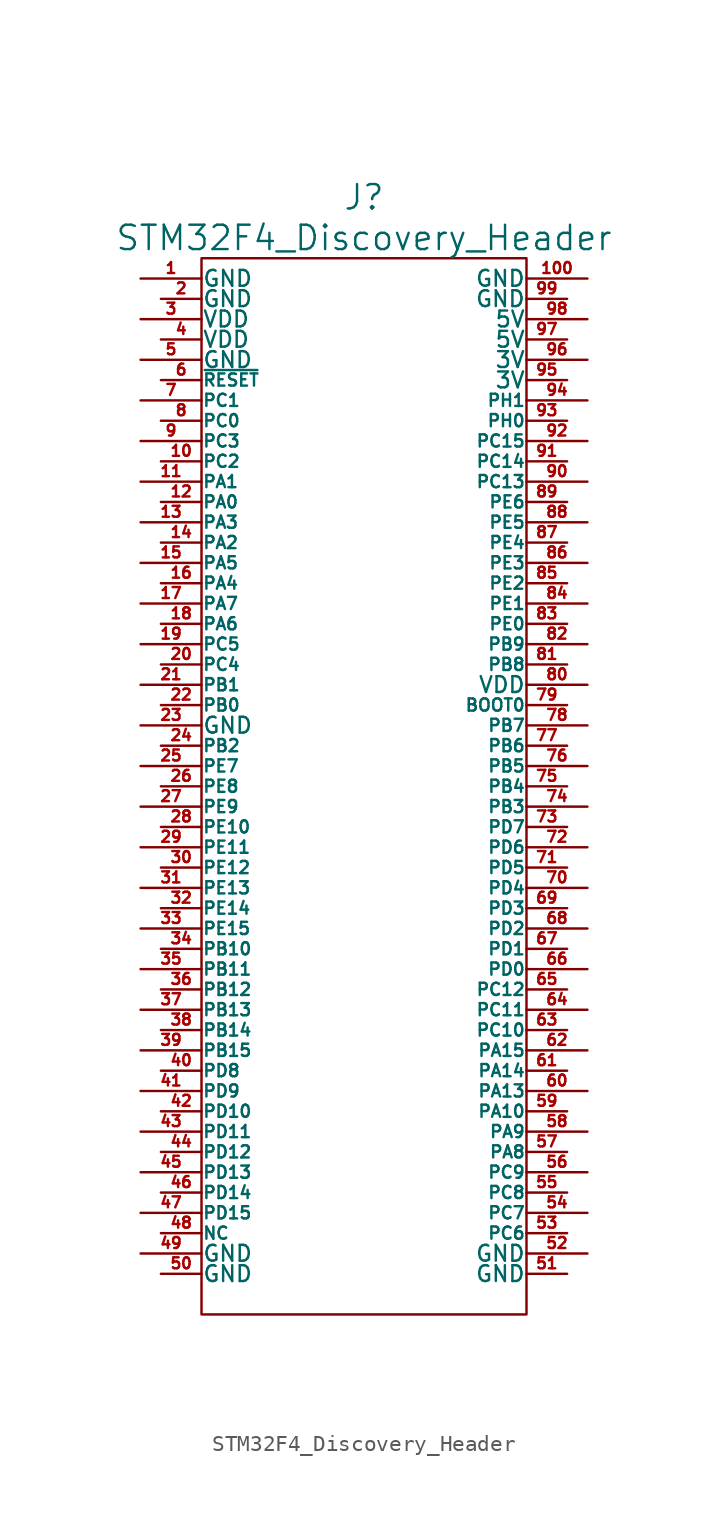
<source format=kicad_sym>
(kicad_symbol_lib
  (version 20220914)
  (generator kicad_symbol_editor)
  (symbol "STM32F4_Discovery_Header"
    (pin_names
      (offset 0.025))
    (property "Reference" "J"
      (at 0 36.83 0)
      (effects (font (size 1.524 1.524))))
    (property "Value" "STM32F4_Discovery_Header"
      (at 0 34.29 0)
      (effects (font (size 1.524 1.524))))
    (property "Footprint" ""
      (at 0 8.89 0)
      (effects (font (size 1.524 1.524))))
    (property "Datasheet" ""
      (at 0 0 0)
      (effects (font (size 1.524 1.524))))
    (symbol "STM32F4_Discovery_Header_0_1"
      (rectangle (start 10.16 -33.02) (end -10.16 33.02) (stroke (width 0) (type solid)) (fill (type none))))
    (symbol "STM32F4_Discovery_Header_1_1"
      (pin passive line (at -13.97 31.75 0) (length 3.81) (name "GND" (effects (font (size 0.991 0.991)))) (number "1" (effects (font (size 0.686 0.686)))))
      (pin passive line (at -12.7 20.32 0) (length 2.54) (name "PC2" (effects (font (size 0.762 0.762)))) (number "10" (effects (font (size 0.686 0.686)))))
      (pin passive line (at 13.97 31.75 180) (length 3.81) (name "GND" (effects (font (size 0.991 0.991)))) (number "100" (effects (font (size 0.686 0.686)))))
      (pin passive line (at -13.97 19.05 0) (length 3.81) (name "PA1" (effects (font (size 0.762 0.762)))) (number "11" (effects (font (size 0.686 0.686)))))
      (pin passive line (at -12.7 17.78 0) (length 2.54) (name "PA0" (effects (font (size 0.762 0.762)))) (number "12" (effects (font (size 0.686 0.686)))))
      (pin passive line (at -13.97 16.51 0) (length 3.81) (name "PA3" (effects (font (size 0.762 0.762)))) (number "13" (effects (font (size 0.686 0.686)))))
      (pin passive line (at -12.7 15.24 0) (length 2.54) (name "PA2" (effects (font (size 0.762 0.762)))) (number "14" (effects (font (size 0.686 0.686)))))
      (pin passive line (at -13.97 13.97 0) (length 3.81) (name "PA5" (effects (font (size 0.762 0.762)))) (number "15" (effects (font (size 0.686 0.686)))))
      (pin passive line (at -12.7 12.7 0) (length 2.54) (name "PA4" (effects (font (size 0.762 0.762)))) (number "16" (effects (font (size 0.686 0.686)))))
      (pin passive line (at -13.97 11.43 0) (length 3.81) (name "PA7" (effects (font (size 0.762 0.762)))) (number "17" (effects (font (size 0.686 0.686)))))
      (pin passive line (at -12.7 10.16 0) (length 2.54) (name "PA6" (effects (font (size 0.762 0.762)))) (number "18" (effects (font (size 0.686 0.686)))))
      (pin passive line (at -13.97 8.89 0) (length 3.81) (name "PC5" (effects (font (size 0.762 0.762)))) (number "19" (effects (font (size 0.686 0.686)))))
      (pin passive line (at -12.7 30.48 0) (length 2.54) (name "GND" (effects (font (size 0.991 0.991)))) (number "2" (effects (font (size 0.686 0.686)))))
      (pin passive line (at -12.7 7.62 0) (length 2.54) (name "PC4" (effects (font (size 0.762 0.762)))) (number "20" (effects (font (size 0.686 0.686)))))
      (pin passive line (at -13.97 6.35 0) (length 3.81) (name "PB1" (effects (font (size 0.762 0.762)))) (number "21" (effects (font (size 0.686 0.686)))))
      (pin passive line (at -12.7 5.08 0) (length 2.54) (name "PB0" (effects (font (size 0.762 0.762)))) (number "22" (effects (font (size 0.686 0.686)))))
      (pin passive line (at -13.97 3.81 0) (length 3.81) (name "GND" (effects (font (size 0.991 0.991)))) (number "23" (effects (font (size 0.686 0.686)))))
      (pin passive line (at -12.7 2.54 0) (length 2.54) (name "PB2" (effects (font (size 0.762 0.762)))) (number "24" (effects (font (size 0.686 0.686)))))
      (pin passive line (at -13.97 1.27 0) (length 3.81) (name "PE7" (effects (font (size 0.762 0.762)))) (number "25" (effects (font (size 0.686 0.686)))))
      (pin passive line (at -12.7 0 0) (length 2.54) (name "PE8" (effects (font (size 0.762 0.762)))) (number "26" (effects (font (size 0.686 0.686)))))
      (pin passive line (at -13.97 -1.27 0) (length 3.81) (name "PE9" (effects (font (size 0.762 0.762)))) (number "27" (effects (font (size 0.686 0.686)))))
      (pin passive line (at -12.7 -2.54 0) (length 2.54) (name "PE10" (effects (font (size 0.762 0.762)))) (number "28" (effects (font (size 0.686 0.686)))))
      (pin passive line (at -13.97 -3.81 0) (length 3.81) (name "PE11" (effects (font (size 0.762 0.762)))) (number "29" (effects (font (size 0.686 0.686)))))
      (pin passive line (at -13.97 29.21 0) (length 3.81) (name "VDD" (effects (font (size 0.991 0.991)))) (number "3" (effects (font (size 0.686 0.686)))))
      (pin passive line (at -12.7 -5.08 0) (length 2.54) (name "PE12" (effects (font (size 0.762 0.762)))) (number "30" (effects (font (size 0.686 0.686)))))
      (pin passive line (at -13.97 -6.35 0) (length 3.81) (name "PE13" (effects (font (size 0.762 0.762)))) (number "31" (effects (font (size 0.686 0.686)))))
      (pin passive line (at -12.7 -7.62 0) (length 2.54) (name "PE14" (effects (font (size 0.762 0.762)))) (number "32" (effects (font (size 0.686 0.686)))))
      (pin passive line (at -13.97 -8.89 0) (length 3.81) (name "PE15" (effects (font (size 0.762 0.762)))) (number "33" (effects (font (size 0.686 0.686)))))
      (pin passive line (at -12.7 -10.16 0) (length 2.54) (name "PB10" (effects (font (size 0.762 0.762)))) (number "34" (effects (font (size 0.686 0.686)))))
      (pin passive line (at -13.97 -11.43 0) (length 3.81) (name "PB11" (effects (font (size 0.762 0.762)))) (number "35" (effects (font (size 0.686 0.686)))))
      (pin passive line (at -12.7 -12.7 0) (length 2.54) (name "PB12" (effects (font (size 0.762 0.762)))) (number "36" (effects (font (size 0.686 0.686)))))
      (pin passive line (at -13.97 -13.97 0) (length 3.81) (name "PB13" (effects (font (size 0.762 0.762)))) (number "37" (effects (font (size 0.686 0.686)))))
      (pin passive line (at -12.7 -15.24 0) (length 2.54) (name "PB14" (effects (font (size 0.762 0.762)))) (number "38" (effects (font (size 0.686 0.686)))))
      (pin passive line (at -13.97 -16.51 0) (length 3.81) (name "PB15" (effects (font (size 0.762 0.762)))) (number "39" (effects (font (size 0.686 0.686)))))
      (pin passive line (at -12.7 27.94 0) (length 2.54) (name "VDD" (effects (font (size 0.991 0.991)))) (number "4" (effects (font (size 0.686 0.686)))))
      (pin passive line (at -12.7 -17.78 0) (length 2.54) (name "PD8" (effects (font (size 0.762 0.762)))) (number "40" (effects (font (size 0.686 0.686)))))
      (pin passive line (at -13.97 -19.05 0) (length 3.81) (name "PD9" (effects (font (size 0.762 0.762)))) (number "41" (effects (font (size 0.686 0.686)))))
      (pin passive line (at -12.7 -20.32 0) (length 2.54) (name "PD10" (effects (font (size 0.762 0.762)))) (number "42" (effects (font (size 0.686 0.686)))))
      (pin passive line (at -13.97 -21.59 0) (length 3.81) (name "PD11" (effects (font (size 0.762 0.762)))) (number "43" (effects (font (size 0.686 0.686)))))
      (pin passive line (at -12.7 -22.86 0) (length 2.54) (name "PD12" (effects (font (size 0.762 0.762)))) (number "44" (effects (font (size 0.686 0.686)))))
      (pin passive line (at -13.97 -24.13 0) (length 3.81) (name "PD13" (effects (font (size 0.762 0.762)))) (number "45" (effects (font (size 0.686 0.686)))))
      (pin passive line (at -12.7 -25.4 0) (length 2.54) (name "PD14" (effects (font (size 0.762 0.762)))) (number "46" (effects (font (size 0.686 0.686)))))
      (pin passive line (at -13.97 -26.67 0) (length 3.81) (name "PD15" (effects (font (size 0.762 0.762)))) (number "47" (effects (font (size 0.686 0.686)))))
      (pin passive line (at -12.7 -27.94 0) (length 2.54) (name "NC" (effects (font (size 0.762 0.762)))) (number "48" (effects (font (size 0.686 0.686)))))
      (pin passive line (at -13.97 -29.21 0) (length 3.81) (name "GND" (effects (font (size 0.991 0.991)))) (number "49" (effects (font (size 0.686 0.686)))))
      (pin passive line (at -13.97 26.67 0) (length 3.81) (name "GND" (effects (font (size 0.991 0.991)))) (number "5" (effects (font (size 0.686 0.686)))))
      (pin passive line (at -12.7 -30.48 0) (length 2.54) (name "GND" (effects (font (size 0.991 0.991)))) (number "50" (effects (font (size 0.686 0.686)))))
      (pin passive line (at 12.7 -30.48 180) (length 2.54) (name "GND" (effects (font (size 0.991 0.991)))) (number "51" (effects (font (size 0.686 0.686)))))
      (pin passive line (at 13.97 -29.21 180) (length 3.81) (name "GND" (effects (font (size 0.991 0.991)))) (number "52" (effects (font (size 0.686 0.686)))))
      (pin passive line (at 12.7 -27.94 180) (length 2.54) (name "PC6" (effects (font (size 0.762 0.762)))) (number "53" (effects (font (size 0.686 0.686)))))
      (pin passive line (at 13.97 -26.67 180) (length 3.81) (name "PC7" (effects (font (size 0.762 0.762)))) (number "54" (effects (font (size 0.686 0.686)))))
      (pin passive line (at 12.7 -25.4 180) (length 2.54) (name "PC8" (effects (font (size 0.762 0.762)))) (number "55" (effects (font (size 0.686 0.686)))))
      (pin passive line (at 13.97 -24.13 180) (length 3.81) (name "PC9" (effects (font (size 0.762 0.762)))) (number "56" (effects (font (size 0.686 0.686)))))
      (pin passive line (at 12.7 -22.86 180) (length 2.54) (name "PA8" (effects (font (size 0.762 0.762)))) (number "57" (effects (font (size 0.686 0.686)))))
      (pin passive line (at 13.97 -21.59 180) (length 3.81) (name "PA9" (effects (font (size 0.762 0.762)))) (number "58" (effects (font (size 0.686 0.686)))))
      (pin passive line (at 12.7 -20.32 180) (length 2.54) (name "PA10" (effects (font (size 0.762 0.762)))) (number "59" (effects (font (size 0.686 0.686)))))
      (pin passive line (at -12.7 25.4 0) (length 2.54) (name "~{RESET}" (effects (font (size 0.762 0.762)))) (number "6" (effects (font (size 0.686 0.686)))))
      (pin passive line (at 13.97 -19.05 180) (length 3.81) (name "PA13" (effects (font (size 0.762 0.762)))) (number "60" (effects (font (size 0.686 0.686)))))
      (pin passive line (at 12.7 -17.78 180) (length 2.54) (name "PA14" (effects (font (size 0.762 0.762)))) (number "61" (effects (font (size 0.686 0.686)))))
      (pin passive line (at 13.97 -16.51 180) (length 3.81) (name "PA15" (effects (font (size 0.762 0.762)))) (number "62" (effects (font (size 0.686 0.686)))))
      (pin passive line (at 12.7 -15.24 180) (length 2.54) (name "PC10" (effects (font (size 0.762 0.762)))) (number "63" (effects (font (size 0.686 0.686)))))
      (pin passive line (at 13.97 -13.97 180) (length 3.81) (name "PC11" (effects (font (size 0.762 0.762)))) (number "64" (effects (font (size 0.686 0.686)))))
      (pin passive line (at 12.7 -12.7 180) (length 2.54) (name "PC12" (effects (font (size 0.762 0.762)))) (number "65" (effects (font (size 0.686 0.686)))))
      (pin passive line (at 13.97 -11.43 180) (length 3.81) (name "PD0" (effects (font (size 0.762 0.762)))) (number "66" (effects (font (size 0.686 0.686)))))
      (pin passive line (at 12.7 -10.16 180) (length 2.54) (name "PD1" (effects (font (size 0.762 0.762)))) (number "67" (effects (font (size 0.686 0.686)))))
      (pin passive line (at 13.97 -8.89 180) (length 3.81) (name "PD2" (effects (font (size 0.762 0.762)))) (number "68" (effects (font (size 0.686 0.686)))))
      (pin passive line (at 12.7 -7.62 180) (length 2.54) (name "PD3" (effects (font (size 0.762 0.762)))) (number "69" (effects (font (size 0.686 0.686)))))
      (pin passive line (at -13.97 24.13 0) (length 3.81) (name "PC1" (effects (font (size 0.762 0.762)))) (number "7" (effects (font (size 0.686 0.686)))))
      (pin passive line (at 13.97 -6.35 180) (length 3.81) (name "PD4" (effects (font (size 0.762 0.762)))) (number "70" (effects (font (size 0.686 0.686)))))
      (pin passive line (at 12.7 -5.08 180) (length 2.54) (name "PD5" (effects (font (size 0.762 0.762)))) (number "71" (effects (font (size 0.686 0.686)))))
      (pin passive line (at 13.97 -3.81 180) (length 3.81) (name "PD6" (effects (font (size 0.762 0.762)))) (number "72" (effects (font (size 0.686 0.686)))))
      (pin passive line (at 12.7 -2.54 180) (length 2.54) (name "PD7" (effects (font (size 0.762 0.762)))) (number "73" (effects (font (size 0.686 0.686)))))
      (pin passive line (at 13.97 -1.27 180) (length 3.81) (name "PB3" (effects (font (size 0.762 0.762)))) (number "74" (effects (font (size 0.686 0.686)))))
      (pin passive line (at 12.7 0 180) (length 2.54) (name "PB4" (effects (font (size 0.762 0.762)))) (number "75" (effects (font (size 0.686 0.686)))))
      (pin passive line (at 13.97 1.27 180) (length 3.81) (name "PB5" (effects (font (size 0.762 0.762)))) (number "76" (effects (font (size 0.686 0.686)))))
      (pin passive line (at 12.7 2.54 180) (length 2.54) (name "PB6" (effects (font (size 0.762 0.762)))) (number "77" (effects (font (size 0.686 0.686)))))
      (pin passive line (at 13.97 3.81 180) (length 3.81) (name "PB7" (effects (font (size 0.762 0.762)))) (number "78" (effects (font (size 0.686 0.686)))))
      (pin passive line (at 12.7 5.08 180) (length 2.54) (name "BOOT0" (effects (font (size 0.762 0.762)))) (number "79" (effects (font (size 0.686 0.686)))))
      (pin passive line (at -12.7 22.86 0) (length 2.54) (name "PC0" (effects (font (size 0.762 0.762)))) (number "8" (effects (font (size 0.686 0.686)))))
      (pin passive line (at 13.97 6.35 180) (length 3.81) (name "VDD" (effects (font (size 0.991 0.991)))) (number "80" (effects (font (size 0.686 0.686)))))
      (pin passive line (at 12.7 7.62 180) (length 2.54) (name "PB8" (effects (font (size 0.762 0.762)))) (number "81" (effects (font (size 0.686 0.686)))))
      (pin passive line (at 13.97 8.89 180) (length 3.81) (name "PB9" (effects (font (size 0.762 0.762)))) (number "82" (effects (font (size 0.686 0.686)))))
      (pin passive line (at 12.7 10.16 180) (length 2.54) (name "PE0" (effects (font (size 0.762 0.762)))) (number "83" (effects (font (size 0.686 0.686)))))
      (pin passive line (at 13.97 11.43 180) (length 3.81) (name "PE1" (effects (font (size 0.762 0.762)))) (number "84" (effects (font (size 0.686 0.686)))))
      (pin passive line (at 12.7 12.7 180) (length 2.54) (name "PE2" (effects (font (size 0.762 0.762)))) (number "85" (effects (font (size 0.686 0.686)))))
      (pin passive line (at 13.97 13.97 180) (length 3.81) (name "PE3" (effects (font (size 0.762 0.762)))) (number "86" (effects (font (size 0.686 0.686)))))
      (pin passive line (at 12.7 15.24 180) (length 2.54) (name "PE4" (effects (font (size 0.762 0.762)))) (number "87" (effects (font (size 0.686 0.686)))))
      (pin passive line (at 13.97 16.51 180) (length 3.81) (name "PE5" (effects (font (size 0.762 0.762)))) (number "88" (effects (font (size 0.686 0.686)))))
      (pin passive line (at 12.7 17.78 180) (length 2.54) (name "PE6" (effects (font (size 0.762 0.762)))) (number "89" (effects (font (size 0.686 0.686)))))
      (pin passive line (at -13.97 21.59 0) (length 3.81) (name "PC3" (effects (font (size 0.762 0.762)))) (number "9" (effects (font (size 0.686 0.686)))))
      (pin passive line (at 13.97 19.05 180) (length 3.81) (name "PC13" (effects (font (size 0.762 0.762)))) (number "90" (effects (font (size 0.686 0.686)))))
      (pin passive line (at 12.7 20.32 180) (length 2.54) (name "PC14" (effects (font (size 0.762 0.762)))) (number "91" (effects (font (size 0.686 0.686)))))
      (pin passive line (at 13.97 21.59 180) (length 3.81) (name "PC15" (effects (font (size 0.762 0.762)))) (number "92" (effects (font (size 0.686 0.686)))))
      (pin passive line (at 12.7 22.86 180) (length 2.54) (name "PH0" (effects (font (size 0.762 0.762)))) (number "93" (effects (font (size 0.686 0.686)))))
      (pin passive line (at 13.97 24.13 180) (length 3.81) (name "PH1" (effects (font (size 0.762 0.762)))) (number "94" (effects (font (size 0.686 0.686)))))
      (pin passive line (at 12.7 25.4 180) (length 2.54) (name "3V" (effects (font (size 0.991 0.991)))) (number "95" (effects (font (size 0.686 0.686)))))
      (pin passive line (at 13.97 26.67 180) (length 3.81) (name "3V" (effects (font (size 0.991 0.991)))) (number "96" (effects (font (size 0.686 0.686)))))
      (pin passive line (at 12.7 27.94 180) (length 2.54) (name "5V" (effects (font (size 0.991 0.991)))) (number "97" (effects (font (size 0.686 0.686)))))
      (pin passive line (at 13.97 29.21 180) (length 3.81) (name "5V" (effects (font (size 0.991 0.991)))) (number "98" (effects (font (size 0.686 0.686)))))
      (pin passive line (at 12.7 30.48 180) (length 2.54) (name "GND" (effects (font (size 0.991 0.991)))) (number "99" (effects (font (size 0.686 0.686))))))))
</source>
